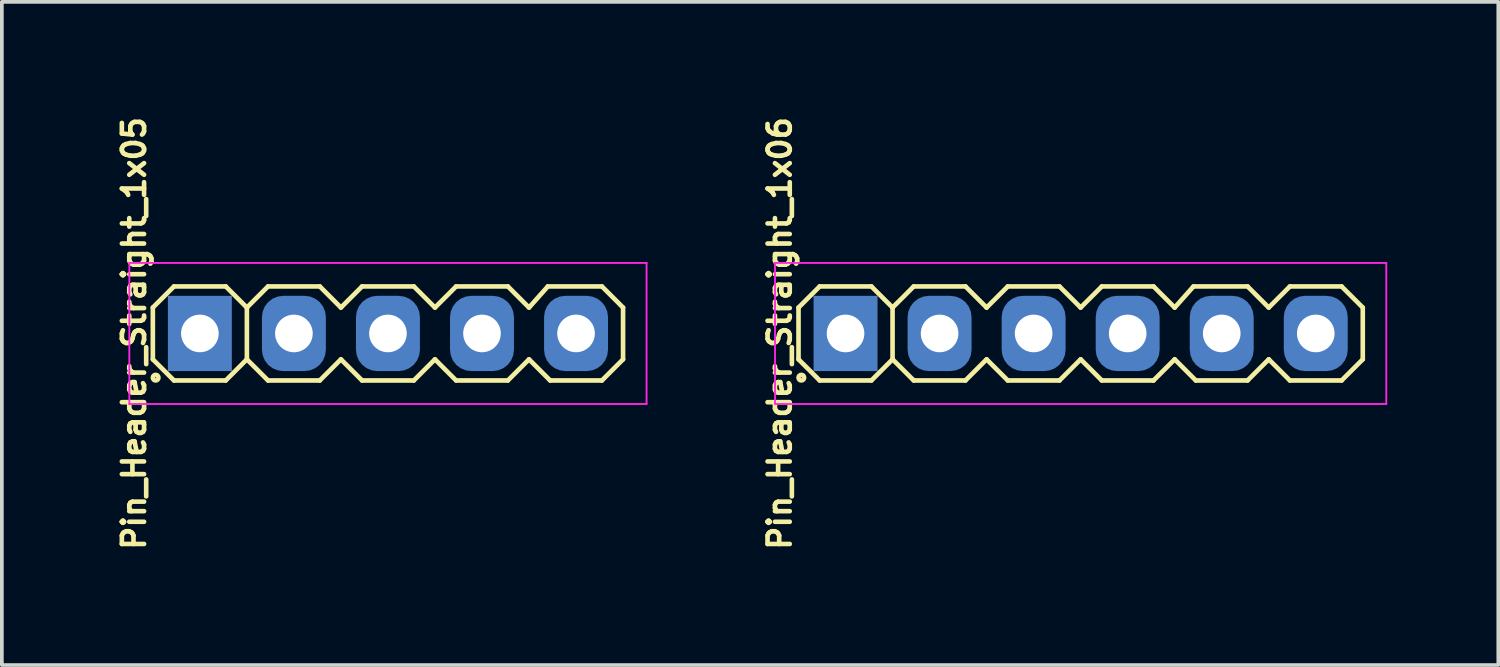
<source format=kicad_pcb>
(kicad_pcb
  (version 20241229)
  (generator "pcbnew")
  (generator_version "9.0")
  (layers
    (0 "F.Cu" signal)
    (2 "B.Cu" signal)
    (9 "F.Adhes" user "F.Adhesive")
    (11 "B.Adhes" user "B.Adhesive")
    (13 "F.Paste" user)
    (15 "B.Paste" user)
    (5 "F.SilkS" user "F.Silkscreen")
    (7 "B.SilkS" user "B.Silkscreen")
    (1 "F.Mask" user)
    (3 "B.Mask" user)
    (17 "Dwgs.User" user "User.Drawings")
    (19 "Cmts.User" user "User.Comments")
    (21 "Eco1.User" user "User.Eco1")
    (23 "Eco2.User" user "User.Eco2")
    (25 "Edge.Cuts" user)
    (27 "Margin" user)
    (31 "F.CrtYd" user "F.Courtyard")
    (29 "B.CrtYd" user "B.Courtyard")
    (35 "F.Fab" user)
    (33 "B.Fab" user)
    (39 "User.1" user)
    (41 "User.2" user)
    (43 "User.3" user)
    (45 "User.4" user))
  (footprint "Pin_Header_Straight_1x05"
    (layer "F.Cu")
    (at 7.428 5.956)
    (property "Reference" "Pin_Header_Straight_1x05" (at -6.858 0 90) (layer "F.SilkS") (effects (font (size 0.6 0.6) (thickness 0.125))))
    (attr through_hole)
    (fp_line (start -6.35 -0.699) (end -6.35 0.699) (stroke (width 0.125) (type solid)) (layer "F.SilkS"))
    (fp_line (start -6.35 -0.699) (end -5.779 -1.27) (stroke (width 0.125) (type solid)) (layer "F.SilkS"))
    (fp_line (start -6.35 0.699) (end -5.779 1.27) (stroke (width 0.125) (type solid)) (layer "F.SilkS"))
    (fp_line (start -5.779 -1.27) (end -4.381 -1.27) (stroke (width 0.125) (type solid)) (layer "F.SilkS"))
    (fp_line (start -5.779 1.27) (end -4.381 1.27) (stroke (width 0.125) (type solid)) (layer "F.SilkS"))
    (fp_line (start -3.81 -0.699) (end -4.381 -1.27) (stroke (width 0.125) (type solid)) (layer "F.SilkS"))
    (fp_line (start -3.81 -0.699) (end -3.81 0.699) (stroke (width 0.125) (type solid)) (layer "F.SilkS"))
    (fp_line (start -3.81 -0.699) (end -3.239 -1.27) (stroke (width 0.125) (type solid)) (layer "F.SilkS"))
    (fp_line (start -3.81 0.699) (end -4.381 1.27) (stroke (width 0.125) (type solid)) (layer "F.SilkS"))
    (fp_line (start -3.81 0.699) (end -3.239 1.27) (stroke (width 0.125) (type solid)) (layer "F.SilkS"))
    (fp_line (start -3.239 -1.27) (end -1.841 -1.27) (stroke (width 0.125) (type solid)) (layer "F.SilkS"))
    (fp_line (start -3.239 1.27) (end -1.841 1.27) (stroke (width 0.125) (type solid)) (layer "F.SilkS"))
    (fp_line (start -1.27 -0.699) (end -1.841 -1.27) (stroke (width 0.125) (type solid)) (layer "F.SilkS"))
    (fp_line (start -1.27 -0.699) (end -0.699 -1.27) (stroke (width 0.125) (type solid)) (layer "F.SilkS"))
    (fp_line (start -1.27 0.699) (end -1.841 1.27) (stroke (width 0.125) (type solid)) (layer "F.SilkS"))
    (fp_line (start -1.27 0.699) (end -0.699 1.27) (stroke (width 0.125) (type solid)) (layer "F.SilkS"))
    (fp_line (start -0.699 -1.27) (end 0.699 -1.27) (stroke (width 0.125) (type solid)) (layer "F.SilkS"))
    (fp_line (start -0.699 1.27) (end 0.699 1.27) (stroke (width 0.125) (type solid)) (layer "F.SilkS"))
    (fp_line (start 1.27 -0.699) (end 0.699 -1.27) (stroke (width 0.125) (type solid)) (layer "F.SilkS"))
    (fp_line (start 1.27 -0.699) (end 1.841 -1.27) (stroke (width 0.125) (type solid)) (layer "F.SilkS"))
    (fp_line (start 1.27 0.699) (end 0.699 1.27) (stroke (width 0.125) (type solid)) (layer "F.SilkS"))
    (fp_line (start 1.27 0.699) (end 1.841 1.27) (stroke (width 0.125) (type solid)) (layer "F.SilkS"))
    (fp_line (start 1.841 -1.27) (end 3.239 -1.27) (stroke (width 0.125) (type solid)) (layer "F.SilkS"))
    (fp_line (start 1.841 1.27) (end 3.239 1.27) (stroke (width 0.125) (type solid)) (layer "F.SilkS"))
    (fp_line (start 3.81 -0.699) (end 3.239 -1.27) (stroke (width 0.125) (type solid)) (layer "F.SilkS"))
    (fp_line (start 3.81 -0.699) (end 4.318 -1.27) (stroke (width 0.125) (type solid)) (layer "F.SilkS"))
    (fp_line (start 3.81 0.699) (end 3.239 1.27) (stroke (width 0.125) (type solid)) (layer "F.SilkS"))
    (fp_line (start 3.81 0.699) (end 4.381 1.27) (stroke (width 0.125) (type solid)) (layer "F.SilkS"))
    (fp_line (start 4.318 -1.27) (end 5.779 -1.27) (stroke (width 0.125) (type solid)) (layer "F.SilkS"))
    (fp_line (start 4.381 1.27) (end 5.779 1.27) (stroke (width 0.125) (type solid)) (layer "F.SilkS"))
    (fp_line (start 6.35 -0.699) (end 5.779 -1.27) (stroke (width 0.125) (type solid)) (layer "F.SilkS"))
    (fp_line (start 6.35 -0.699) (end 6.35 0.699) (stroke (width 0.125) (type solid)) (layer "F.SilkS"))
    (fp_line (start 6.35 0.699) (end 5.779 1.27) (stroke (width 0.125) (type solid)) (layer "F.SilkS"))
    (fp_circle (center -6.274 1.194) (end -6.274 1.27) (stroke (width 0.125) (type solid)) (fill no) (layer "F.SilkS"))
    (fp_line (start -6.985 -1.905) (end -6.985 1.905) (stroke (width 0.05) (type solid)) (layer "F.CrtYd"))
    (fp_line (start -6.985 1.905) (end 6.985 1.905) (stroke (width 0.05) (type solid)) (layer "F.CrtYd"))
    (fp_line (start 6.985 -1.905) (end -6.985 -1.905) (stroke (width 0.05) (type solid)) (layer "F.CrtYd"))
    (fp_line (start 6.985 1.905) (end 6.985 -1.905) (stroke (width 0.05) (type solid)) (layer "F.CrtYd"))
    (pad "1" thru_hole circle (at -5.08 0) (size 1.524 1.524) (drill 1.016) (layers "*.Cu" "*.Mask"))
    (pad "1" connect rect (at -5.08 0) (size 1.727 2.032) (layers "B.Cu" "B.Mask"))
    (pad "2" thru_hole circle (at -2.54 0) (size 1.524 1.524) (drill 1.016) (layers "*.Cu" "*.Mask"))
    (pad "2" connect roundrect (at -2.54 0) (size 1.727 2.032) (layers "B.Cu" "B.Mask") (roundrect_rratio 0.333))
    (pad "3" thru_hole circle (at 0 0) (size 1.524 1.524) (drill 1.016) (layers "*.Cu" "*.Mask"))
    (pad "3" connect roundrect (at 0 0) (size 1.727 2.032) (layers "B.Cu" "B.Mask") (roundrect_rratio 0.333))
    (pad "4" thru_hole circle (at 2.54 0) (size 1.524 1.524) (drill 1.016) (layers "*.Cu" "*.Mask"))
    (pad "4" connect roundrect (at 2.54 0) (size 1.727 2.032) (layers "B.Cu" "B.Mask") (roundrect_rratio 0.333))
    (pad "5" thru_hole circle (at 5.08 0) (size 1.524 1.524) (drill 1.016) (layers "*.Cu" "*.Mask"))
    (pad "5" connect roundrect (at 5.08 0) (size 1.727 2.032) (layers "B.Cu" "B.Mask") (roundrect_rratio 0.333)))
  (footprint "Pin_Header_Straight_1x06"
    (layer "F.Cu")
    (at 26.137 5.956)
    (property "Reference" "Pin_Header_Straight_1x06" (at -8.128 0 90) (layer "F.SilkS") (effects (font (size 0.6 0.6) (thickness 0.125))))
    (attr through_hole)
    (fp_line (start -7.62 -0.699) (end -7.62 0.699) (stroke (width 0.125) (type solid)) (layer "F.SilkS"))
    (fp_line (start -7.62 -0.699) (end -7.048 -1.27) (stroke (width 0.125) (type solid)) (layer "F.SilkS"))
    (fp_line (start -7.62 0.699) (end -7.048 1.27) (stroke (width 0.125) (type solid)) (layer "F.SilkS"))
    (fp_line (start -7.048 -1.27) (end -5.652 -1.27) (stroke (width 0.125) (type solid)) (layer "F.SilkS"))
    (fp_line (start -7.048 1.27) (end -5.652 1.27) (stroke (width 0.125) (type solid)) (layer "F.SilkS"))
    (fp_line (start -5.08 -0.699) (end -5.652 -1.27) (stroke (width 0.125) (type solid)) (layer "F.SilkS"))
    (fp_line (start -5.08 -0.699) (end -5.08 0.699) (stroke (width 0.125) (type solid)) (layer "F.SilkS"))
    (fp_line (start -5.08 -0.699) (end -4.508 -1.27) (stroke (width 0.125) (type solid)) (layer "F.SilkS"))
    (fp_line (start -5.08 0.699) (end -5.652 1.27) (stroke (width 0.125) (type solid)) (layer "F.SilkS"))
    (fp_line (start -5.08 0.699) (end -4.508 1.27) (stroke (width 0.125) (type solid)) (layer "F.SilkS"))
    (fp_line (start -4.508 -1.27) (end -3.111 -1.27) (stroke (width 0.125) (type solid)) (layer "F.SilkS"))
    (fp_line (start -4.508 1.27) (end -3.111 1.27) (stroke (width 0.125) (type solid)) (layer "F.SilkS"))
    (fp_line (start -2.54 -0.699) (end -3.111 -1.27) (stroke (width 0.125) (type solid)) (layer "F.SilkS"))
    (fp_line (start -2.54 -0.699) (end -1.968 -1.27) (stroke (width 0.125) (type solid)) (layer "F.SilkS"))
    (fp_line (start -2.54 0.699) (end -3.111 1.27) (stroke (width 0.125) (type solid)) (layer "F.SilkS"))
    (fp_line (start -2.54 0.699) (end -1.968 1.27) (stroke (width 0.125) (type solid)) (layer "F.SilkS"))
    (fp_line (start -1.968 -1.27) (end -0.572 -1.27) (stroke (width 0.125) (type solid)) (layer "F.SilkS"))
    (fp_line (start -1.968 1.27) (end -0.572 1.27) (stroke (width 0.125) (type solid)) (layer "F.SilkS"))
    (fp_line (start 0 -0.699) (end -0.572 -1.27) (stroke (width 0.125) (type solid)) (layer "F.SilkS"))
    (fp_line (start 0 -0.699) (end 0.572 -1.27) (stroke (width 0.125) (type solid)) (layer "F.SilkS"))
    (fp_line (start 0 0.699) (end -0.572 1.27) (stroke (width 0.125) (type solid)) (layer "F.SilkS"))
    (fp_line (start 0 0.699) (end 0.572 1.27) (stroke (width 0.125) (type solid)) (layer "F.SilkS"))
    (fp_line (start 0.572 -1.27) (end 1.968 -1.27) (stroke (width 0.125) (type solid)) (layer "F.SilkS"))
    (fp_line (start 0.572 1.27) (end 1.968 1.27) (stroke (width 0.125) (type solid)) (layer "F.SilkS"))
    (fp_line (start 2.54 -0.699) (end 1.968 -1.27) (stroke (width 0.125) (type solid)) (layer "F.SilkS"))
    (fp_line (start 2.54 -0.699) (end 3.048 -1.27) (stroke (width 0.125) (type solid)) (layer "F.SilkS"))
    (fp_line (start 2.54 0.699) (end 1.968 1.27) (stroke (width 0.125) (type solid)) (layer "F.SilkS"))
    (fp_line (start 2.54 0.699) (end 3.111 1.27) (stroke (width 0.125) (type solid)) (layer "F.SilkS"))
    (fp_line (start 3.048 -1.27) (end 4.508 -1.27) (stroke (width 0.125) (type solid)) (layer "F.SilkS"))
    (fp_line (start 3.111 1.27) (end 4.508 1.27) (stroke (width 0.125) (type solid)) (layer "F.SilkS"))
    (fp_line (start 5.08 -0.699) (end 4.508 -1.27) (stroke (width 0.125) (type solid)) (layer "F.SilkS"))
    (fp_line (start 5.08 -0.699) (end 5.652 -1.27) (stroke (width 0.125) (type solid)) (layer "F.SilkS"))
    (fp_line (start 5.08 0.699) (end 4.508 1.27) (stroke (width 0.125) (type solid)) (layer "F.SilkS"))
    (fp_line (start 5.08 0.699) (end 5.652 1.27) (stroke (width 0.125) (type solid)) (layer "F.SilkS"))
    (fp_line (start 5.652 -1.27) (end 7.048 -1.27) (stroke (width 0.125) (type solid)) (layer "F.SilkS"))
    (fp_line (start 5.652 1.27) (end 7.048 1.27) (stroke (width 0.125) (type solid)) (layer "F.SilkS"))
    (fp_line (start 7.62 -0.699) (end 7.048 -1.27) (stroke (width 0.125) (type solid)) (layer "F.SilkS"))
    (fp_line (start 7.62 -0.699) (end 7.62 0.699) (stroke (width 0.125) (type solid)) (layer "F.SilkS"))
    (fp_line (start 7.62 0.699) (end 7.048 1.27) (stroke (width 0.125) (type solid)) (layer "F.SilkS"))
    (fp_circle (center -7.544 1.194) (end -7.544 1.27) (stroke (width 0.125) (type solid)) (fill no) (layer "F.SilkS"))
    (fp_line (start -8.255 -1.905) (end -8.255 1.905) (stroke (width 0.05) (type solid)) (layer "F.CrtYd"))
    (fp_line (start -8.255 1.905) (end 8.255 1.905) (stroke (width 0.05) (type solid)) (layer "F.CrtYd"))
    (fp_line (start 8.255 -1.905) (end -8.255 -1.905) (stroke (width 0.05) (type solid)) (layer "F.CrtYd"))
    (fp_line (start 8.255 1.905) (end 8.255 -1.905) (stroke (width 0.05) (type solid)) (layer "F.CrtYd"))
    (pad "1" thru_hole circle (at -6.35 0) (size 1.524 1.524) (drill 1.016) (layers "*.Cu" "*.Mask"))
    (pad "1" connect rect (at -6.35 0) (size 1.727 2.032) (layers "B.Cu" "B.Mask"))
    (pad "2" thru_hole circle (at -3.81 0) (size 1.524 1.524) (drill 1.016) (layers "*.Cu" "*.Mask"))
    (pad "2" connect roundrect (at -3.81 0) (size 1.727 2.032) (layers "B.Cu" "B.Mask") (roundrect_rratio 0.333))
    (pad "3" thru_hole circle (at -1.27 0) (size 1.524 1.524) (drill 1.016) (layers "*.Cu" "*.Mask"))
    (pad "3" connect roundrect (at -1.27 0) (size 1.727 2.032) (layers "B.Cu" "B.Mask") (roundrect_rratio 0.333))
    (pad "4" thru_hole circle (at 1.27 0) (size 1.524 1.524) (drill 1.016) (layers "*.Cu" "*.Mask"))
    (pad "4" connect roundrect (at 1.27 0) (size 1.727 2.032) (layers "B.Cu" "B.Mask") (roundrect_rratio 0.333))
    (pad "5" thru_hole circle (at 3.81 0) (size 1.524 1.524) (drill 1.016) (layers "*.Cu" "*.Mask"))
    (pad "5" connect roundrect (at 3.81 0) (size 1.727 2.032) (layers "B.Cu" "B.Mask") (roundrect_rratio 0.333))
    (pad "6" thru_hole circle (at 6.35 0) (size 1.524 1.524) (drill 1.016) (layers "*.Cu" "*.Mask"))
    (pad "6" connect roundrect (at 6.35 0) (size 1.727 2.032) (layers "B.Cu" "B.Mask") (roundrect_rratio 0.333)))
  (gr_rect
    (start -3 -3)
    (end 37.417 14.912)
    (stroke (width 0.1) (type default))
    (fill no)
    (layer "Edge.Cuts")))
</source>
